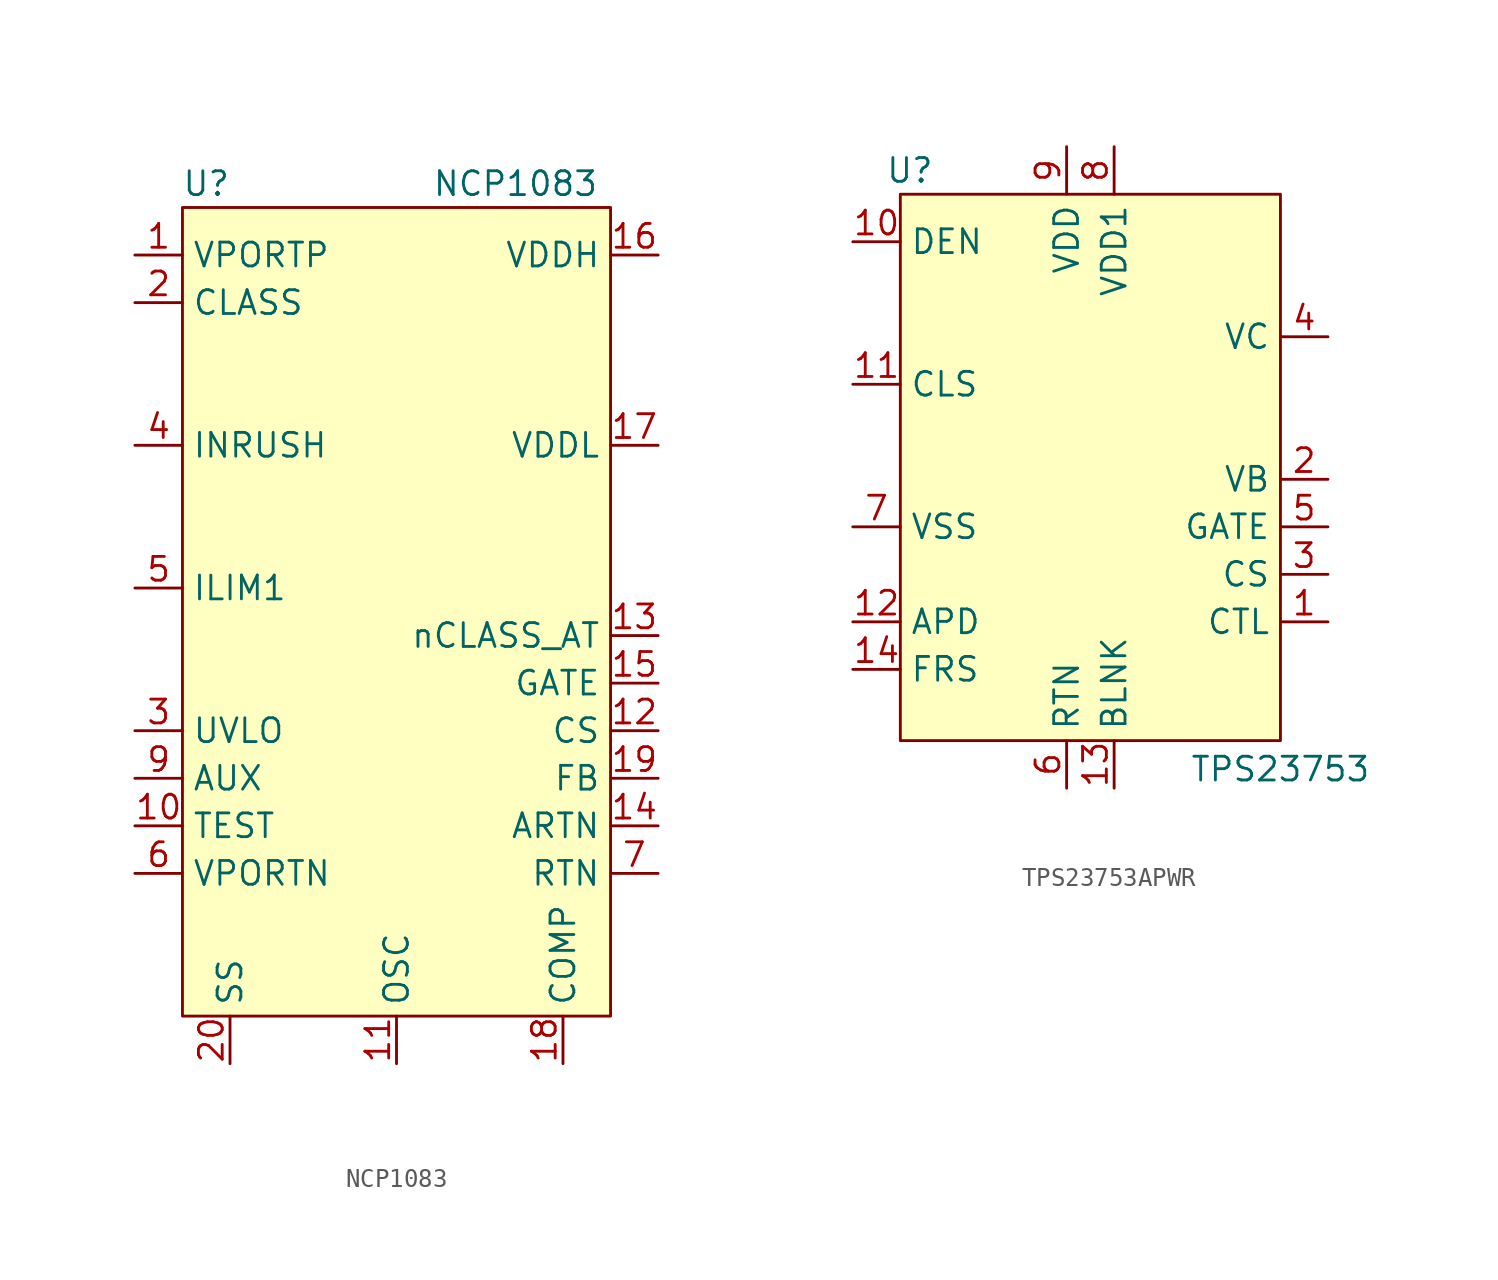
<source format=kicad_sym>
(kicad_symbol_lib
  (version 20231120)
  (generator "kicad_symbol_editor")
  (generator_version "8.0")
  (symbol "NCP1083"
    (property "Reference" "U"
      (at -10.16 22.86 0)
      (effects (font (size 1.27 1.27))))
    (property "Value" "NCP1083"
      (at 6.35 22.86 0)
      (effects (font (size 1.27 1.27))))
    (symbol "NCP1083_0_0"
      (pin passive line (at -13.97 -13.97 0) (length 2.54) hide (name "EP" (effects (font (size 1.27 1.27)))) (number "21" (effects (font (size 1.27 1.27))))))
    (symbol "NCP1083_0_1"
      (rectangle (start -11.43 21.59) (end 11.43 -21.59) (stroke (width 0) (type default)) (fill (type background))))
    (symbol "NCP1083_1_1"
      (pin power_in line (at -13.97 19.05 0) (length 2.54) (name "VPORTP" (effects (font (size 1.27 1.27)))) (number "1" (effects (font (size 1.27 1.27)))))
      (pin input line (at -13.97 -11.43 0) (length 2.54) (name "TEST" (effects (font (size 1.27 1.27)))) (number "10" (effects (font (size 1.27 1.27)))))
      (pin input line (at 0 -24.13 90) (length 2.54) (name "OSC" (effects (font (size 1.27 1.27)))) (number "11" (effects (font (size 1.27 1.27)))))
      (pin input line (at 13.97 -6.35 180) (length 2.54) (name "CS" (effects (font (size 1.27 1.27)))) (number "12" (effects (font (size 1.27 1.27)))))
      (pin open_collector line (at 13.97 -1.27 180) (length 2.54) (name "nCLASS_AT" (effects (font (size 1.27 1.27)))) (number "13" (effects (font (size 1.27 1.27)))))
      (pin power_in line (at 13.97 -11.43 180) (length 2.54) (name "ARTN" (effects (font (size 1.27 1.27)))) (number "14" (effects (font (size 1.27 1.27)))))
      (pin output line (at 13.97 -3.81 180) (length 2.54) (name "GATE" (effects (font (size 1.27 1.27)))) (number "15" (effects (font (size 1.27 1.27)))))
      (pin power_out line (at 13.97 19.05 180) (length 2.54) (name "VDDH" (effects (font (size 1.27 1.27)))) (number "16" (effects (font (size 1.27 1.27)))))
      (pin power_out line (at 13.97 8.89 180) (length 2.54) (name "VDDL" (effects (font (size 1.27 1.27)))) (number "17" (effects (font (size 1.27 1.27)))))
      (pin bidirectional line (at 8.89 -24.13 90) (length 2.54) (name "COMP" (effects (font (size 1.27 1.27)))) (number "18" (effects (font (size 1.27 1.27)))))
      (pin input line (at 13.97 -8.89 180) (length 2.54) (name "FB" (effects (font (size 1.27 1.27)))) (number "19" (effects (font (size 1.27 1.27)))))
      (pin input line (at -13.97 16.51 0) (length 2.54) (name "CLASS" (effects (font (size 1.27 1.27)))) (number "2" (effects (font (size 1.27 1.27)))))
      (pin input line (at -8.89 -24.13 90) (length 2.54) (name "SS" (effects (font (size 1.27 1.27)))) (number "20" (effects (font (size 1.27 1.27)))))
      (pin input line (at -13.97 -6.35 0) (length 2.54) (name "UVLO" (effects (font (size 1.27 1.27)))) (number "3" (effects (font (size 1.27 1.27)))))
      (pin input line (at -13.97 8.89 0) (length 2.54) (name "INRUSH" (effects (font (size 1.27 1.27)))) (number "4" (effects (font (size 1.27 1.27)))))
      (pin input line (at -13.97 1.27 0) (length 2.54) (name "ILIM1" (effects (font (size 1.27 1.27)))) (number "5" (effects (font (size 1.27 1.27)))))
      (pin power_in line (at -13.97 -13.97 0) (length 2.54) (name "VPORTN" (effects (font (size 1.27 1.27)))) (number "6" (effects (font (size 1.27 1.27)))))
      (pin power_in line (at 13.97 -13.97 180) (length 2.54) (name "RTN" (effects (font (size 1.27 1.27)))) (number "7" (effects (font (size 1.27 1.27)))))
      (pin power_in line (at -13.97 -13.97 0) (length 2.54) hide (name "VPORTN" (effects (font (size 1.27 1.27)))) (number "8" (effects (font (size 1.27 1.27)))))
      (pin input line (at -13.97 -8.89 0) (length 2.54) (name "AUX" (effects (font (size 1.27 1.27)))) (number "9" (effects (font (size 1.27 1.27)))))))
  (symbol "TPS23753APWR"
    (property "Reference" "U"
      (at -9.652 12.7 0)
      (effects (font (size 1.27 1.27))))
    (property "Value" "TPS23753"
      (at 10.16 -19.304 0)
      (effects (font (size 1.27 1.27))))
    (symbol "TPS23753APWR_0_1"
      (rectangle (start -10.16 11.43) (end 10.16 -17.78) (stroke (width 0) (type default)) (fill (type background)))
      (pin input line (at 12.7 -11.43 180) (length 2.54) (name "CTL" (effects (font (size 1.27 1.27)))) (number "1" (effects (font (size 1.27 1.27)))))
      (pin passive line (at -12.7 8.89 0) (length 2.54) (name "DEN" (effects (font (size 1.27 1.27)))) (number "10" (effects (font (size 1.27 1.27)))))
      (pin passive line (at -12.7 1.27 0) (length 2.54) (name "CLS" (effects (font (size 1.27 1.27)))) (number "11" (effects (font (size 1.27 1.27)))))
      (pin input line (at -12.7 -11.43 0) (length 2.54) (name "APD" (effects (font (size 1.27 1.27)))) (number "12" (effects (font (size 1.27 1.27)))))
      (pin passive line (at 1.27 -20.32 90) (length 2.54) (name "BLNK" (effects (font (size 1.27 1.27)))) (number "13" (effects (font (size 1.27 1.27)))))
      (pin passive line (at -12.7 -13.97 0) (length 2.54) (name "FRS" (effects (font (size 1.27 1.27)))) (number "14" (effects (font (size 1.27 1.27)))))
      (pin output line (at 12.7 -3.81 180) (length 2.54) (name "VB" (effects (font (size 1.27 1.27)))) (number "2" (effects (font (size 1.27 1.27)))))
      (pin input line (at 12.7 -8.89 180) (length 2.54) (name "CS" (effects (font (size 1.27 1.27)))) (number "3" (effects (font (size 1.27 1.27)))))
      (pin power_out line (at 12.7 3.81 180) (length 2.54) (name "VC" (effects (font (size 1.27 1.27)))) (number "4" (effects (font (size 1.27 1.27)))))
      (pin output line (at 12.7 -6.35 180) (length 2.54) (name "GATE" (effects (font (size 1.27 1.27)))) (number "5" (effects (font (size 1.27 1.27)))))
      (pin power_out line (at -1.27 -20.32 90) (length 2.54) (name "RTN" (effects (font (size 1.27 1.27)))) (number "6" (effects (font (size 1.27 1.27)))))
      (pin power_in line (at -12.7 -6.35 0) (length 2.54) (name "VSS" (effects (font (size 1.27 1.27)))) (number "7" (effects (font (size 1.27 1.27)))))
      (pin power_in line (at 1.27 13.97 270) (length 2.54) (name "VDD1" (effects (font (size 1.27 1.27)))) (number "8" (effects (font (size 1.27 1.27)))))
      (pin power_in line (at -1.27 13.97 270) (length 2.54) (name "VDD" (effects (font (size 1.27 1.27)))) (number "9" (effects (font (size 1.27 1.27))))))))
</source>
